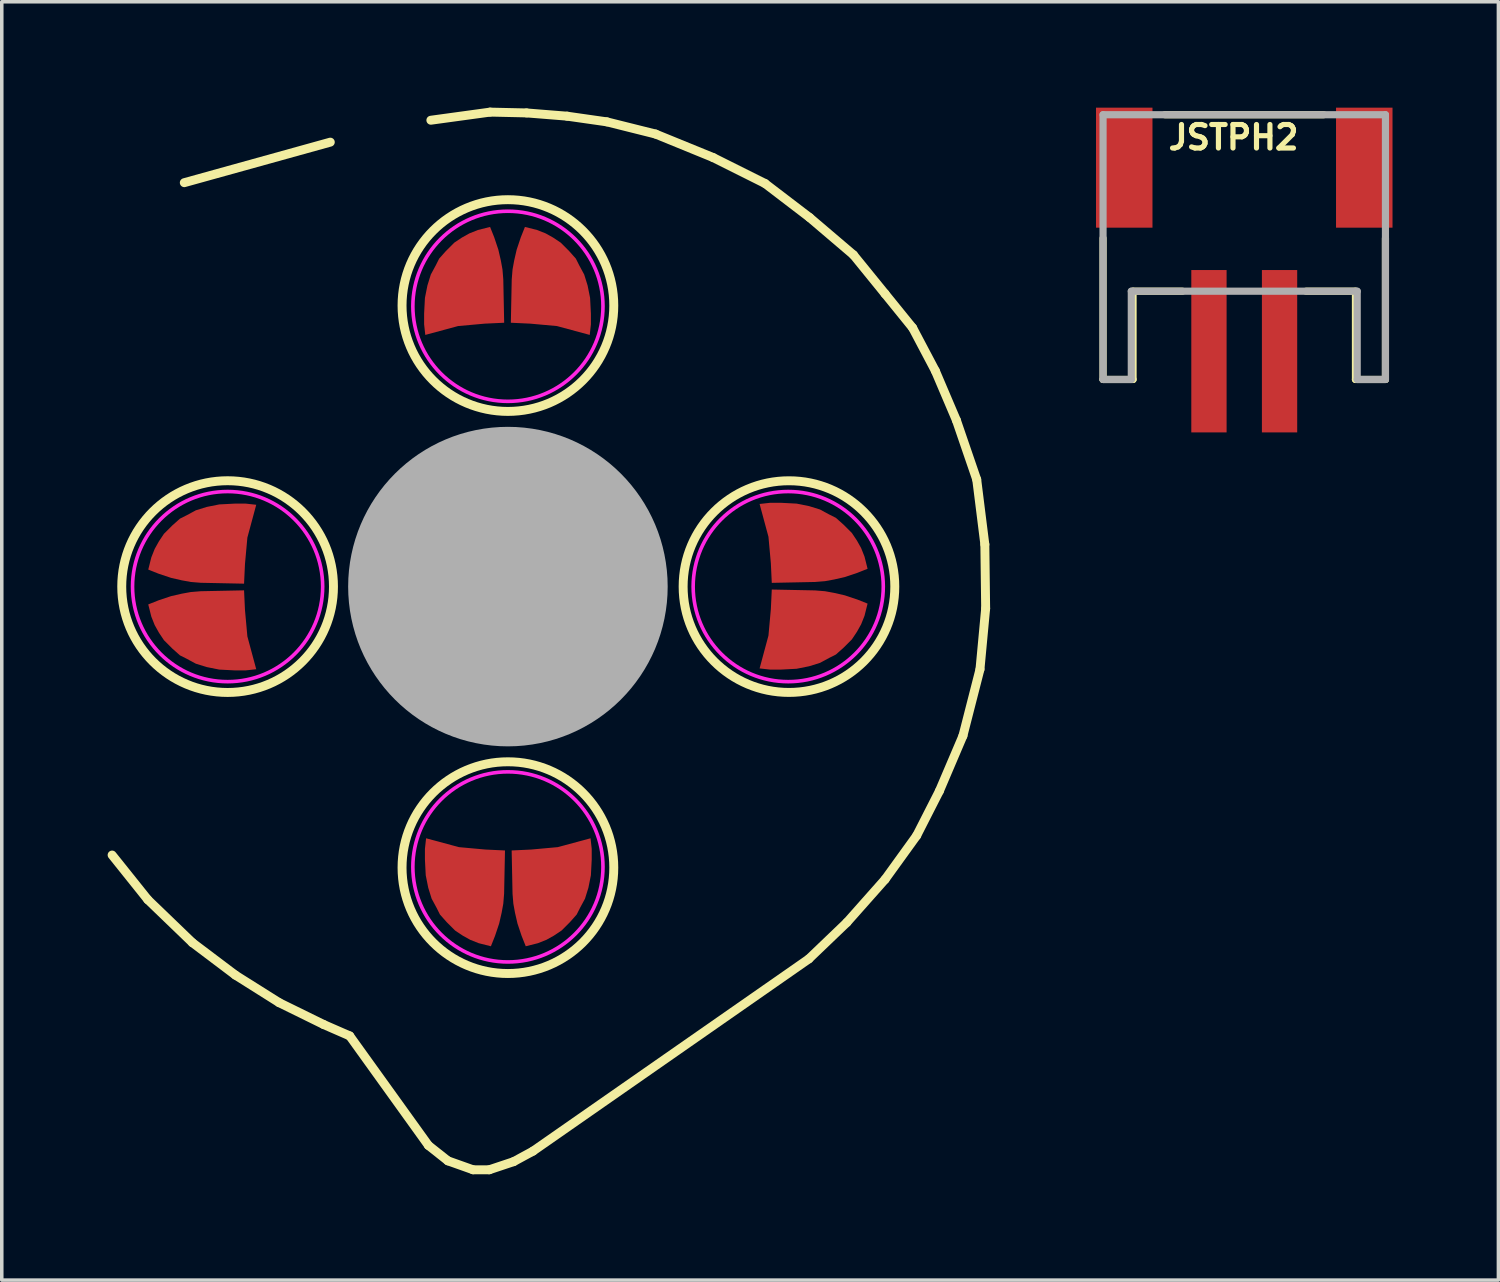
<source format=kicad_pcb>
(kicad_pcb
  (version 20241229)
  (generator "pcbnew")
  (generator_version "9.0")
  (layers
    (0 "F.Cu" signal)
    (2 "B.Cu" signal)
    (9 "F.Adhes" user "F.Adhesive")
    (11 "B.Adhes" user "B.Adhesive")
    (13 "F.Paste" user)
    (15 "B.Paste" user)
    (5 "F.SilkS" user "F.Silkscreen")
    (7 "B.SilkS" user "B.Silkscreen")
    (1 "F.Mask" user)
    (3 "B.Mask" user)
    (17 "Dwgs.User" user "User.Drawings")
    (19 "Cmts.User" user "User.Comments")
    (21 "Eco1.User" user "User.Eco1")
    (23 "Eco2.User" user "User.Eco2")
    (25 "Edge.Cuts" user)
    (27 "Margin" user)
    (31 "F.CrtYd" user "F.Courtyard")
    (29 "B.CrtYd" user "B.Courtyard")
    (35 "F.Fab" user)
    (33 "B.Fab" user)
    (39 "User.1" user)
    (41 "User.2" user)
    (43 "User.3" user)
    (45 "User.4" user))
  (footprint "D-PAD"
    (layer "F.Cu")
    (at 11.339 13.568)
    (property "Reference" "D-PAD" (at 0 0 0) (layer "F.SilkS") (effects (font (size 1.27 1.27) (thickness 0.15))))
    (fp_poly (pts (xy -7.449 0.661) (xy -7.381 1.411) (xy -7.13 2.341) (xy -7.429 2.374) (xy -7.734 2.374) (xy -8.178 2.351) (xy -8.532 2.28) (xy -8.841 2.184) (xy -9.1 2.044) (xy -9.291 1.948) (xy -9.507 1.756) (xy -9.744 1.519) (xy -9.888 1.303) (xy -10.007 1.09) (xy -10.102 0.851) (xy -10.189 0.505) (xy -9.895 0.388) (xy -9.545 0.271) (xy -9.241 0.201) (xy -8.983 0.154) (xy -8.701 0.131) (xy -7.475 0.106)) (stroke (width 0) (type default)) (fill yes) (layer "F.Cu"))
    (fp_poly (pts (xy -7.13 -2.318) (xy -7.381 -1.388) (xy -7.449 -0.638) (xy -7.475 -0.083) (xy -8.701 -0.108) (xy -8.983 -0.131) (xy -9.241 -0.178) (xy -9.545 -0.248) (xy -9.895 -0.365) (xy -10.189 -0.482) (xy -10.102 -0.828) (xy -10.007 -1.067) (xy -9.888 -1.28) (xy -9.744 -1.496) (xy -9.507 -1.733) (xy -9.291 -1.925) (xy -9.1 -2.021) (xy -8.841 -2.161) (xy -8.532 -2.257) (xy -8.178 -2.328) (xy -7.734 -2.351) (xy -7.429 -2.351)) (stroke (width 0) (type default)) (fill yes) (layer "F.Cu"))
    (fp_poly (pts (xy -1.388 7.381) (xy -0.638 7.449) (xy -0.083 7.475) (xy -0.108 8.701) (xy -0.131 8.983) (xy -0.178 9.241) (xy -0.248 9.545) (xy -0.365 9.895) (xy -0.482 10.189) (xy -0.828 10.102) (xy -1.067 10.007) (xy -1.28 9.888) (xy -1.496 9.744) (xy -1.733 9.507) (xy -1.925 9.291) (xy -2.021 9.1) (xy -2.161 8.841) (xy -2.257 8.532) (xy -2.328 8.178) (xy -2.351 7.734) (xy -2.351 7.429) (xy -2.318 7.13)) (stroke (width 0) (type default)) (fill yes) (layer "F.Cu"))
    (fp_poly (pts (xy -0.388 -9.895) (xy -0.271 -9.545) (xy -0.201 -9.241) (xy -0.154 -8.983) (xy -0.131 -8.701) (xy -0.106 -7.475) (xy -0.661 -7.449) (xy -1.411 -7.381) (xy -2.341 -7.13) (xy -2.374 -7.429) (xy -2.374 -7.734) (xy -2.351 -8.178) (xy -2.28 -8.532) (xy -2.184 -8.841) (xy -2.044 -9.1) (xy -1.948 -9.291) (xy -1.756 -9.507) (xy -1.519 -9.744) (xy -1.303 -9.888) (xy -1.09 -10.007) (xy -0.851 -10.102) (xy -0.505 -10.189)) (stroke (width 0) (type default)) (fill yes) (layer "F.Cu"))
    (fp_poly (pts (xy 0.828 -10.102) (xy 1.067 -10.007) (xy 1.28 -9.888) (xy 1.496 -9.744) (xy 1.733 -9.507) (xy 1.925 -9.291) (xy 2.021 -9.1) (xy 2.161 -8.841) (xy 2.257 -8.532) (xy 2.328 -8.178) (xy 2.351 -7.734) (xy 2.351 -7.429) (xy 2.318 -7.13) (xy 1.388 -7.381) (xy 0.638 -7.449) (xy 0.083 -7.475) (xy 0.108 -8.701) (xy 0.131 -8.983) (xy 0.178 -9.241) (xy 0.248 -9.545) (xy 0.365 -9.895) (xy 0.482 -10.189)) (stroke (width 0) (type default)) (fill yes) (layer "F.Cu"))
    (fp_poly (pts (xy 2.374 7.429) (xy 2.374 7.734) (xy 2.351 8.178) (xy 2.28 8.532) (xy 2.184 8.841) (xy 2.044 9.1) (xy 1.948 9.291) (xy 1.756 9.507) (xy 1.519 9.744) (xy 1.303 9.888) (xy 1.09 10.007) (xy 0.851 10.102) (xy 0.505 10.189) (xy 0.388 9.895) (xy 0.271 9.545) (xy 0.201 9.241) (xy 0.154 8.983) (xy 0.131 8.701) (xy 0.106 7.475) (xy 0.661 7.449) (xy 1.411 7.381) (xy 2.341 7.13)) (stroke (width 0) (type default)) (fill yes) (layer "F.Cu"))
    (fp_poly (pts (xy 8.178 -2.351) (xy 8.532 -2.28) (xy 8.841 -2.184) (xy 9.1 -2.044) (xy 9.291 -1.948) (xy 9.507 -1.756) (xy 9.744 -1.519) (xy 9.888 -1.303) (xy 10.007 -1.09) (xy 10.102 -0.851) (xy 10.189 -0.505) (xy 9.895 -0.388) (xy 9.545 -0.271) (xy 9.241 -0.201) (xy 8.983 -0.154) (xy 8.701 -0.131) (xy 7.475 -0.106) (xy 7.449 -0.661) (xy 7.381 -1.411) (xy 7.13 -2.341) (xy 7.429 -2.374) (xy 7.734 -2.374)) (stroke (width 0) (type default)) (fill yes) (layer "F.Cu"))
    (fp_poly (pts (xy 8.701 0.108) (xy 8.983 0.131) (xy 9.241 0.178) (xy 9.545 0.248) (xy 9.895 0.365) (xy 10.189 0.482) (xy 10.102 0.828) (xy 10.007 1.067) (xy 9.888 1.28) (xy 9.744 1.496) (xy 9.507 1.733) (xy 9.291 1.925) (xy 9.1 2.021) (xy 8.841 2.161) (xy 8.532 2.257) (xy 8.178 2.328) (xy 7.734 2.351) (xy 7.429 2.351) (xy 7.13 2.318) (xy 7.381 1.388) (xy 7.449 0.638) (xy 7.475 0.083)) (stroke (width 0) (type default)) (fill yes) (layer "F.Cu"))
    (fp_poly (pts (xy -7.322 0.652) (xy -7.255 1.389) (xy -6.968 2.451) (xy -7.422 2.501) (xy -7.737 2.501) (xy -8.194 2.477) (xy -8.563 2.403) (xy -8.891 2.302) (xy -9.159 2.156) (xy -9.363 2.054) (xy -9.595 1.848) (xy -9.843 1.6) (xy -9.996 1.37) (xy -10.121 1.144) (xy -10.223 0.89) (xy -10.339 0.429) (xy -9.939 0.269) (xy -9.579 0.149) (xy -9.266 0.077) (xy -8.999 0.028) (xy -8.707 0.004) (xy -7.354 -0.023)) (stroke (width 0) (type default)) (fill yes) (layer "F.Mask"))
    (fp_poly (pts (xy -6.968 -2.428) (xy -7.255 -1.366) (xy -7.322 -0.629) (xy -7.354 0.046) (xy -8.707 0.019) (xy -8.999 -0.005) (xy -9.266 -0.054) (xy -9.579 -0.126) (xy -9.939 -0.246) (xy -10.339 -0.406) (xy -10.223 -0.867) (xy -10.121 -1.121) (xy -9.996 -1.347) (xy -9.843 -1.577) (xy -9.595 -1.825) (xy -9.363 -2.031) (xy -9.159 -2.133) (xy -8.891 -2.279) (xy -8.563 -2.38) (xy -8.194 -2.454) (xy -7.737 -2.478) (xy -7.422 -2.478)) (stroke (width 0) (type default)) (fill yes) (layer "F.Mask"))
    (fp_poly (pts (xy -1.366 7.255) (xy -0.629 7.322) (xy 0.046 7.354) (xy 0.019 8.707) (xy -0.005 8.999) (xy -0.054 9.266) (xy -0.126 9.579) (xy -0.246 9.939) (xy -0.406 10.339) (xy -0.867 10.223) (xy -1.121 10.121) (xy -1.347 9.996) (xy -1.577 9.843) (xy -1.825 9.595) (xy -2.031 9.363) (xy -2.133 9.159) (xy -2.279 8.891) (xy -2.38 8.563) (xy -2.454 8.194) (xy -2.478 7.737) (xy -2.478 7.422) (xy -2.428 6.968)) (stroke (width 0) (type default)) (fill yes) (layer "F.Mask"))
    (fp_poly (pts (xy -0.269 -9.939) (xy -0.149 -9.579) (xy -0.077 -9.266) (xy -0.028 -8.999) (xy -0.004 -8.707) (xy 0.023 -7.354) (xy -0.652 -7.322) (xy -1.389 -7.255) (xy -2.451 -6.968) (xy -2.501 -7.422) (xy -2.501 -7.737) (xy -2.477 -8.194) (xy -2.403 -8.563) (xy -2.302 -8.891) (xy -2.156 -9.159) (xy -2.054 -9.363) (xy -1.848 -9.595) (xy -1.6 -9.843) (xy -1.37 -9.996) (xy -1.144 -10.121) (xy -0.89 -10.223) (xy -0.429 -10.339)) (stroke (width 0) (type default)) (fill yes) (layer "F.Mask"))
    (fp_poly (pts (xy 0.867 -10.223) (xy 1.121 -10.121) (xy 1.347 -9.996) (xy 1.577 -9.843) (xy 1.825 -9.595) (xy 2.031 -9.363) (xy 2.133 -9.159) (xy 2.279 -8.891) (xy 2.38 -8.563) (xy 2.454 -8.194) (xy 2.478 -7.737) (xy 2.478 -7.422) (xy 2.428 -6.968) (xy 1.366 -7.255) (xy 0.629 -7.322) (xy -0.046 -7.354) (xy -0.019 -8.707) (xy 0.005 -8.999) (xy 0.054 -9.266) (xy 0.126 -9.579) (xy 0.246 -9.939) (xy 0.406 -10.339)) (stroke (width 0) (type default)) (fill yes) (layer "F.Mask"))
    (fp_poly (pts (xy 2.501 7.422) (xy 2.501 7.737) (xy 2.477 8.194) (xy 2.403 8.563) (xy 2.302 8.891) (xy 2.156 9.159) (xy 2.054 9.363) (xy 1.848 9.595) (xy 1.6 9.843) (xy 1.37 9.996) (xy 1.144 10.121) (xy 0.89 10.223) (xy 0.429 10.339) (xy 0.269 9.939) (xy 0.149 9.579) (xy 0.077 9.266) (xy 0.028 8.999) (xy 0.004 8.707) (xy -0.023 7.354) (xy 0.652 7.322) (xy 1.389 7.255) (xy 2.451 6.968)) (stroke (width 0) (type default)) (fill yes) (layer "F.Mask"))
    (fp_poly (pts (xy 8.194 -2.477) (xy 8.563 -2.403) (xy 8.891 -2.302) (xy 9.159 -2.156) (xy 9.363 -2.054) (xy 9.595 -1.848) (xy 9.843 -1.6) (xy 9.996 -1.37) (xy 10.121 -1.144) (xy 10.223 -0.89) (xy 10.339 -0.429) (xy 9.939 -0.269) (xy 9.579 -0.149) (xy 9.266 -0.077) (xy 8.999 -0.028) (xy 8.707 -0.004) (xy 7.354 0.023) (xy 7.322 -0.652) (xy 7.255 -1.389) (xy 6.968 -2.451) (xy 7.422 -2.501) (xy 7.737 -2.501)) (stroke (width 0) (type default)) (fill yes) (layer "F.Mask"))
    (fp_poly (pts (xy 8.707 -0.019) (xy 8.999 0.005) (xy 9.266 0.054) (xy 9.579 0.126) (xy 9.939 0.246) (xy 10.339 0.406) (xy 10.223 0.867) (xy 10.121 1.121) (xy 9.996 1.347) (xy 9.843 1.577) (xy 9.595 1.825) (xy 9.363 2.031) (xy 9.159 2.133) (xy 8.891 2.279) (xy 8.563 2.38) (xy 8.194 2.454) (xy 7.737 2.478) (xy 7.422 2.478) (xy 6.968 2.428) (xy 7.255 1.366) (xy 7.322 0.629) (xy 7.354 -0.046)) (stroke (width 0) (type default)) (fill yes) (layer "F.Mask"))
    (fp_line (start -11.213 7.605) (end -10.202 8.869) (stroke (width 0.253) (type solid)) (layer "F.SilkS"))
    (fp_line (start -10.202 8.869) (end -8.938 10.087) (stroke (width 0.253) (type solid)) (layer "F.SilkS"))
    (fp_line (start -9.168 -11.443) (end -5.032 -12.591) (stroke (width 0.253) (type solid)) (layer "F.SilkS"))
    (fp_line (start -8.938 10.087) (end -7.72 11.006) (stroke (width 0.253) (type solid)) (layer "F.SilkS"))
    (fp_line (start -7.72 11.006) (end -6.48 11.787) (stroke (width 0.253) (type solid)) (layer "F.SilkS"))
    (fp_line (start -6.48 11.787) (end -5.216 12.408) (stroke (width 0.253) (type solid)) (layer "F.SilkS"))
    (fp_line (start -5.216 12.408) (end -4.481 12.729) (stroke (width 0.253) (type solid)) (layer "F.SilkS"))
    (fp_line (start -4.481 12.729) (end -2.252 15.831) (stroke (width 0.253) (type solid)) (layer "F.SilkS"))
    (fp_line (start -2.252 15.831) (end -1.7 16.268) (stroke (width 0.253) (type solid)) (layer "F.SilkS"))
    (fp_line (start -1.7 16.268) (end -0.988 16.521) (stroke (width 0.253) (type solid)) (layer "F.SilkS"))
    (fp_line (start -0.988 16.521) (end -0.528 16.521) (stroke (width 0.253) (type solid)) (layer "F.SilkS"))
    (fp_line (start -0.528 16.521) (end 0.161 16.291) (stroke (width 0.253) (type solid)) (layer "F.SilkS"))
    (fp_line (start -0.505 -13.442) (end -2.183 -13.212) (stroke (width 0.253) (type solid)) (layer "F.SilkS"))
    (fp_line (start 0.161 16.291) (end 0.712 15.992) (stroke (width 0.253) (type solid)) (layer "F.SilkS"))
    (fp_line (start 0.528 -13.419) (end -0.505 -13.442) (stroke (width 0.253) (type solid)) (layer "F.SilkS"))
    (fp_line (start 0.712 15.992) (end 8.525 10.547) (stroke (width 0.253) (type solid)) (layer "F.SilkS"))
    (fp_line (start 1.677 -13.327) (end 0.528 -13.419) (stroke (width 0.253) (type solid)) (layer "F.SilkS"))
    (fp_line (start 2.803 -13.166) (end 1.677 -13.327) (stroke (width 0.253) (type solid)) (layer "F.SilkS"))
    (fp_line (start 4.182 -12.821) (end 2.803 -13.166) (stroke (width 0.253) (type solid)) (layer "F.SilkS"))
    (fp_line (start 5.813 -12.155) (end 4.182 -12.821) (stroke (width 0.253) (type solid)) (layer "F.SilkS"))
    (fp_line (start 7.284 -11.42) (end 5.813 -12.155) (stroke (width 0.253) (type solid)) (layer "F.SilkS"))
    (fp_line (start 8.525 10.547) (end 9.604 9.513) (stroke (width 0.253) (type solid)) (layer "F.SilkS"))
    (fp_line (start 8.547 -10.455) (end 7.284 -11.42) (stroke (width 0.253) (type solid)) (layer "F.SilkS"))
    (fp_line (start 9.604 9.513) (end 10.684 8.295) (stroke (width 0.253) (type solid)) (layer "F.SilkS"))
    (fp_line (start 9.788 -9.398) (end 8.547 -10.455) (stroke (width 0.253) (type solid)) (layer "F.SilkS"))
    (fp_line (start 10.684 -8.295) (end 9.788 -9.398) (stroke (width 0.253) (type solid)) (layer "F.SilkS"))
    (fp_line (start 10.684 8.295) (end 11.58 7.054) (stroke (width 0.253) (type solid)) (layer "F.SilkS"))
    (fp_line (start 11.466 -7.33) (end 10.684 -8.295) (stroke (width 0.253) (type solid)) (layer "F.SilkS"))
    (fp_line (start 11.58 7.054) (end 12.224 5.79) (stroke (width 0.253) (type solid)) (layer "F.SilkS"))
    (fp_line (start 12.109 -6.112) (end 11.466 -7.33) (stroke (width 0.253) (type solid)) (layer "F.SilkS"))
    (fp_line (start 12.224 5.79) (end 12.89 4.228) (stroke (width 0.253) (type solid)) (layer "F.SilkS"))
    (fp_line (start 12.706 -4.71) (end 12.109 -6.112) (stroke (width 0.253) (type solid)) (layer "F.SilkS"))
    (fp_line (start 12.89 4.228) (end 13.373 2.344) (stroke (width 0.253) (type solid)) (layer "F.SilkS"))
    (fp_line (start 13.281 -3.033) (end 12.706 -4.71) (stroke (width 0.253) (type solid)) (layer "F.SilkS"))
    (fp_line (start 13.373 2.344) (end 13.534 0.62) (stroke (width 0.253) (type solid)) (layer "F.SilkS"))
    (fp_line (start 13.511 -1.195) (end 13.281 -3.033) (stroke (width 0.253) (type solid)) (layer "F.SilkS"))
    (fp_line (start 13.534 0.62) (end 13.511 -1.195) (stroke (width 0.253) (type solid)) (layer "F.SilkS"))
    (fp_circle (center -7.941 0) (end -4.942 0) (stroke (width 0.253) (type solid)) (fill no) (layer "F.SilkS"))
    (fp_circle (center 0 -7.962) (end 2.999 -7.962) (stroke (width 0.253) (type solid)) (fill no) (layer "F.SilkS"))
    (fp_circle (center 0 7.962) (end 2.999 7.962) (stroke (width 0.253) (type solid)) (fill no) (layer "F.SilkS"))
    (fp_circle (center 7.962 0) (end 10.96 0) (stroke (width 0.253) (type solid)) (fill no) (layer "F.SilkS"))
    (fp_circle (center -7.941 0) (end -5.248 0) (stroke (width 0.102) (type solid)) (fill no) (layer "F.CrtYd"))
    (fp_circle (center 0 -7.941) (end 2.693 -7.941) (stroke (width 0.102) (type solid)) (fill no) (layer "F.CrtYd"))
    (fp_circle (center 0 7.941) (end 2.693 7.941) (stroke (width 0.102) (type solid)) (fill no) (layer "F.CrtYd"))
    (fp_circle (center 7.941 0) (end 10.634 0) (stroke (width 0.102) (type solid)) (fill no) (layer "F.CrtYd"))
    (fp_circle (center 0 0) (end 2.263 0) (stroke (width 4.526) (type solid)) (fill no) (layer "F.Fab"))
    (pad "DOWN" smd rect (at 1.149 8.444 180) (size 1.039 0.574) (layers "F.Cu" "F.Mask" "F.Paste"))
    (pad "GND@1" smd rect (at 1.149 -8.444) (size 1.039 0.574) (layers "F.Cu" "F.Mask" "F.Paste"))
    (pad "GND@2" smd rect (at -8.444 -1.149 90) (size 1.149 0.574) (layers "F.Cu" "F.Mask" "F.Paste"))
    (pad "GND@3" smd rect (at -1.149 8.444 180) (size 1.149 0.574) (layers "F.Cu" "F.Mask" "F.Paste"))
    (pad "GND@4" smd rect (at 8.444 1.149 270) (size 1.149 0.574) (layers "F.Cu" "F.Mask" "F.Paste"))
    (pad "LEFT" smd rect (at -8.444 1.149 90) (size 1.149 0.574) (layers "F.Cu" "F.Mask" "F.Paste"))
    (pad "RIGHT" smd rect (at 8.444 -1.149 270) (size 1.149 0.574) (layers "F.Cu" "F.Mask" "F.Paste"))
    (pad "UP" smd rect (at -1.149 -8.444) (size 1.149 0.574) (layers "F.Cu" "F.Mask" "F.Paste")))
  (footprint "JSTPH2"
    (layer "F.Cu")
    (at 32.199 3.2)
    (property "Reference" "JSTPH2" (at -2.223 -1.968 0) (unlocked yes) (layer "F.SilkS") (effects (font (size 0.666 0.666) (thickness 0.146)) (justify left bottom)))
    (fp_line (start -4 4.5) (end -4 0.5) (stroke (width 0.203) (type solid)) (layer "F.SilkS"))
    (fp_line (start -3.15 2) (end -3.15 4.5) (stroke (width 0.203) (type solid)) (layer "F.SilkS"))
    (fp_line (start -3.15 4.5) (end -4 4.5) (stroke (width 0.203) (type solid)) (layer "F.SilkS"))
    (fp_line (start -2.25 -3) (end 2.25 -3) (stroke (width 0.203) (type solid)) (layer "F.SilkS"))
    (fp_line (start -1.75 2) (end -3.15 2) (stroke (width 0.203) (type solid)) (layer "F.SilkS"))
    (fp_line (start 3.15 2) (end 1.75 2) (stroke (width 0.203) (type solid)) (layer "F.SilkS"))
    (fp_line (start 3.15 4.5) (end 3.15 2) (stroke (width 0.203) (type solid)) (layer "F.SilkS"))
    (fp_line (start 4 0.5) (end 4 4.5) (stroke (width 0.203) (type solid)) (layer "F.SilkS"))
    (fp_line (start 4 4.5) (end 3.15 4.5) (stroke (width 0.203) (type solid)) (layer "F.SilkS"))
    (fp_line (start -4 -3) (end 4 -3) (stroke (width 0.203) (type solid)) (layer "F.Fab"))
    (fp_line (start -4 4.5) (end -4 -3) (stroke (width 0.203) (type solid)) (layer "F.Fab"))
    (fp_line (start -3.2 2) (end -3.2 4.5) (stroke (width 0.203) (type solid)) (layer "F.Fab"))
    (fp_line (start -3.2 4.5) (end -4 4.5) (stroke (width 0.203) (type solid)) (layer "F.Fab"))
    (fp_line (start 3.2 2) (end -3.2 2) (stroke (width 0.203) (type solid)) (layer "F.Fab"))
    (fp_line (start 3.2 4.5) (end 3.2 2) (stroke (width 0.203) (type solid)) (layer "F.Fab"))
    (fp_line (start 4 -3) (end 4 4.5) (stroke (width 0.203) (type solid)) (layer "F.Fab"))
    (fp_line (start 4 4.5) (end 3.2 4.5) (stroke (width 0.203) (type solid)) (layer "F.Fab"))
    (pad "BAT" smd rect (at 1 3.7) (size 1 4.6) (layers "F.Cu" "F.Mask" "F.Paste"))
    (pad "GND" smd rect (at -1 3.7) (size 1 4.6) (layers "F.Cu" "F.Mask" "F.Paste"))
    (pad "NC1" smd rect (at -3.4 -1.5 90) (size 3.4 1.6) (layers "F.Cu" "F.Mask" "F.Paste"))
    (pad "NC2" smd rect (at 3.4 -1.5 90) (size 3.4 1.6) (layers "F.Cu" "F.Mask" "F.Paste")))
  (gr_rect
    (start -3 -3)
    (end 39.399 33.215)
    (stroke (width 0.1) (type default))
    (fill no)
    (layer "Edge.Cuts")))
</source>
